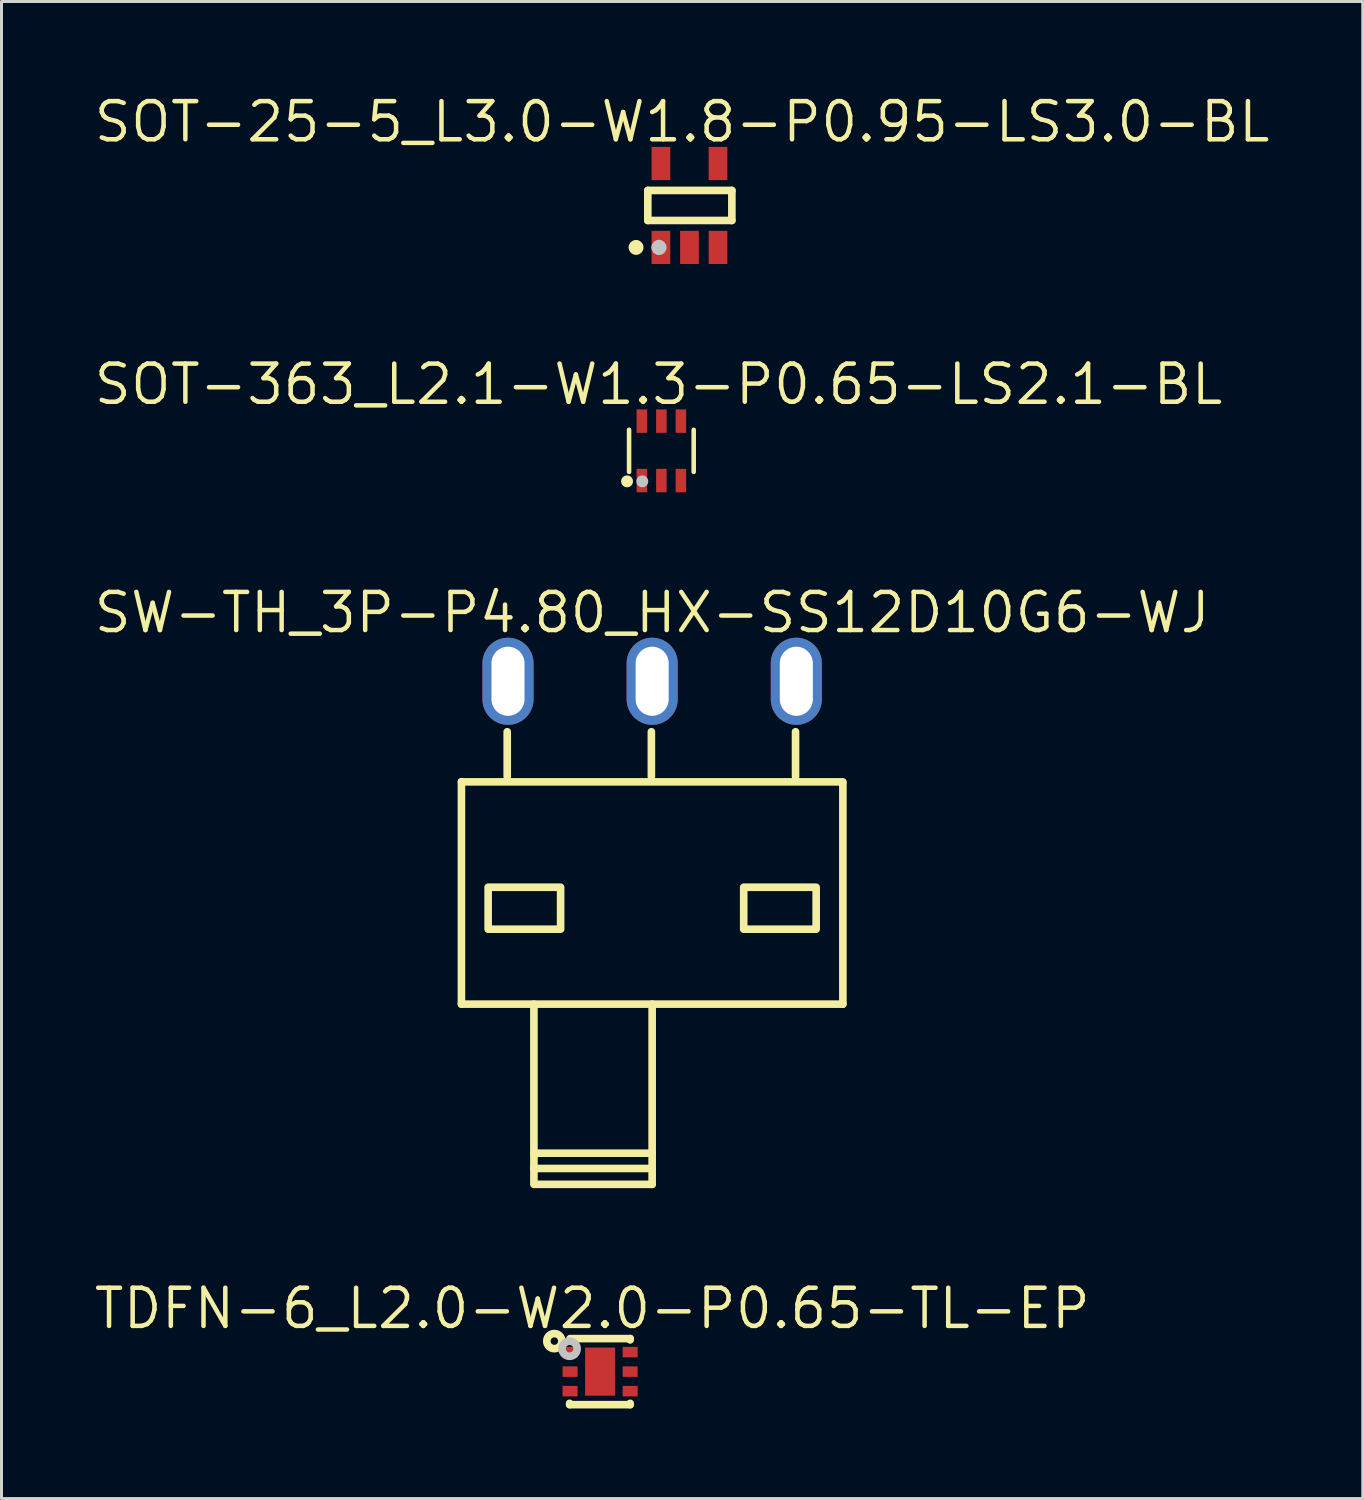
<source format=kicad_pcb>
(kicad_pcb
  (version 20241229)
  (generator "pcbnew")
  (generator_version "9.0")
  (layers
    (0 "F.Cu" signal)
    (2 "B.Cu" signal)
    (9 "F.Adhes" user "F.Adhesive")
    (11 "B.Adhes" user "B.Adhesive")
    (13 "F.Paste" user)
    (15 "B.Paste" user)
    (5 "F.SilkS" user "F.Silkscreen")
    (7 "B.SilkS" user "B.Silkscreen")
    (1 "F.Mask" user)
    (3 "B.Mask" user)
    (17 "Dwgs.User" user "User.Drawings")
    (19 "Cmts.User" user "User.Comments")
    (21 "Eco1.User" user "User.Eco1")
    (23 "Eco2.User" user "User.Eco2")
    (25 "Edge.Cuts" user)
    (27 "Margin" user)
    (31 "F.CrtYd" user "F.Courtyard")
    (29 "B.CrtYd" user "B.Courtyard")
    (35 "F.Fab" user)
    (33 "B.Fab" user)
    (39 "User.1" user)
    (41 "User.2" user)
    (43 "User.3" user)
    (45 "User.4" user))
  (footprint "SW-TH_3P-P4.80_HX-SS12D10G6-WJ"
    (layer "F.Cu")
    (at 18.664 19.633)
    (property "Reference" "SW-TH_3P-P4.80_HX-SS12D10G6-WJ" (at 0.0001 -2.285 0) (layer "F.SilkS") (effects (font (size 1.27 1.27) (thickness 0.15))))
    (fp_line (start -6.35 3.344) (end -6.35 10.75) (stroke (width 0.254) (type default)) (layer "F.SilkS"))
    (fp_line (start -6.35 10.75) (end 6.35 10.75) (stroke (width 0.254) (type default)) (layer "F.SilkS"))
    (fp_line (start -4.826 1.681) (end -4.826 3.175) (stroke (width 0.254) (type default)) (layer "F.SilkS"))
    (fp_line (start -3.937 10.75) (end -3.937 16.75) (stroke (width 0.254) (type default)) (layer "F.SilkS"))
    (fp_line (start -3.937 15.714) (end 0.0001 15.714) (stroke (width 0.254) (type default)) (layer "F.SilkS"))
    (fp_line (start -3.937 16.222) (end 0.0001 16.222) (stroke (width 0.254) (type default)) (layer "F.SilkS"))
    (fp_line (start -0.026 1.681) (end -0.026 3.175) (stroke (width 0.254) (type default)) (layer "F.SilkS"))
    (fp_line (start 0.0001 10.75) (end 0.0001 16.75) (stroke (width 0.254) (type default)) (layer "F.SilkS"))
    (fp_line (start 0.0001 16.75) (end -3.9 16.75) (stroke (width 0.254) (type default)) (layer "F.SilkS"))
    (fp_line (start 4.774 1.681) (end 4.774 3.175) (stroke (width 0.254) (type default)) (layer "F.SilkS"))
    (fp_line (start 6.35 3.35) (end -6.35 3.35) (stroke (width 0.254) (type default)) (layer "F.SilkS"))
    (fp_line (start 6.35 3.395) (end 6.35 10.75) (stroke (width 0.254) (type default)) (layer "F.SilkS"))
    (fp_rect (start -5.461 6.858) (end -3.048 8.255) (stroke (width 0.254) (type default)) (fill no) (layer "F.SilkS"))
    (fp_rect (start 3.048 6.858) (end 5.461 8.255) (stroke (width 0.254) (type default)) (fill no) (layer "F.SilkS"))
    (fp_circle (center -6.35 10.75) (end -6.32 10.75) (stroke (width 0.06) (type default)) (fill no) (layer "User.5"))
    (pad "1" thru_hole oval (at -4.8 0) (size 1.7 2.9) (drill oval 1.1 2.3) (layers "*.Cu" "*.Mask"))
    (pad "2" thru_hole oval (at 0.0001 0) (size 1.7 2.9) (drill oval 1.1 2.3) (layers "*.Cu" "*.Mask"))
    (pad "3" thru_hole oval (at 4.8 0) (size 1.7 2.9) (drill oval 1.1 2.3) (layers "*.Cu" "*.Mask"))
    (zone (net_name "") (layer "Dwgs.User") (hatch edge 0.5) (priority 100) (connect_pads yes) (min_thickness 0) (filled_areas_thickness no) (fill yes) (polygon (pts (xy 14.864 30.433) (xy 14.864 36.333) (xy 18.564 36.333) (xy 18.564 30.433))) (filled_polygon (layer "Dwgs.User") (island) (pts (xy 14.864 30.433) (xy 14.864 36.333) (xy 18.564 36.333) (xy 18.564 30.433))))
    (zone (net_name "") (layer "User.3") (hatch edge 0.5) (priority 100) (connect_pads yes) (min_thickness 0) (filled_areas_thickness no) (fill yes) (polygon (pts (xy 12.314 30.383) (xy 12.314 23.983) (xy 25.014 23.983) (xy 25.014 30.383))) (filled_polygon (layer "User.3") (island) (pts (xy 12.314 30.383) (xy 12.314 23.983) (xy 25.014 23.983) (xy 25.014 30.383))))
    (zone (net_name "") (layer "User.4") (hatch edge 0.5) (priority 100) (connect_pads yes) (min_thickness 0) (filled_areas_thickness no) (fill yes) (polygon (pts (xy 13.464 18.983) (xy 14.264 18.983) (xy 14.264 20.283) (xy 13.464 20.283))) (filled_polygon (layer "User.4") (island) (pts (xy 13.464 18.983) (xy 14.264 18.983) (xy 14.264 20.283) (xy 13.464 20.283))))
    (zone (net_name "") (layer "User.4") (hatch edge 0.5) (priority 100) (connect_pads) (min_thickness 0) (filled_areas_thickness no) (keepout (tracks allowed) (vias allowed) (pads allowed) (copperpour not_allowed) (footprints allowed)) (placement (enabled no)) (fill) (polygon (pts (xy 13.464 18.983) (xy 14.264 18.983) (xy 14.264 23.993) (xy 13.464 23.993))))
    (zone (net_name "") (layer "User.4") (hatch edge 0.5) (priority 100) (connect_pads) (min_thickness 0) (filled_areas_thickness no) (keepout (tracks allowed) (vias allowed) (pads allowed) (copperpour not_allowed) (footprints allowed)) (placement (enabled no)) (fill) (polygon (pts (xy 18.264 18.983) (xy 19.064 18.983) (xy 19.064 23.993) (xy 18.264 23.993))))
    (zone (net_name "") (layer "User.4") (hatch edge 0.5) (priority 100) (connect_pads yes) (min_thickness 0) (filled_areas_thickness no) (fill yes) (polygon (pts (xy 18.264 18.983) (xy 19.064 18.983) (xy 19.064 20.283) (xy 18.264 20.283))) (filled_polygon (layer "User.4") (island) (pts (xy 18.264 18.983) (xy 19.064 18.983) (xy 19.064 20.283) (xy 18.264 20.283))))
    (zone (net_name "") (layer "User.4") (hatch edge 0.5) (priority 100) (connect_pads yes) (min_thickness 0) (filled_areas_thickness no) (fill yes) (polygon (pts (xy 23.064 18.983) (xy 23.864 18.983) (xy 23.864 20.283) (xy 23.064 20.283))) (filled_polygon (layer "User.4") (island) (pts (xy 23.064 18.983) (xy 23.864 18.983) (xy 23.864 20.283) (xy 23.064 20.283))))
    (zone (net_name "") (layer "User.4") (hatch edge 0.5) (priority 100) (connect_pads) (min_thickness 0) (filled_areas_thickness no) (keepout (tracks allowed) (vias allowed) (pads allowed) (copperpour not_allowed) (footprints allowed)) (placement (enabled no)) (fill) (polygon (pts (xy 23.064 18.983) (xy 23.864 18.983) (xy 23.864 23.993) (xy 23.064 23.993)))))
  (footprint "SOT-363_L2.1-W1.3-P0.65-LS2.1-BL"
    (layer "F.Cu")
    (at 18.971 11.961)
    (property "Reference" "SOT-363_L2.1-W1.3-P0.65-LS2.1-BL" (at -0.095 -2.215 0) (layer "F.SilkS") (effects (font (size 1.27 1.27) (thickness 0.15))))
    (fp_line (start -1.076 0.701) (end -1.076 -0.701) (stroke (width 0.152) (type default)) (layer "F.SilkS"))
    (fp_line (start 1.076 0.701) (end 1.076 -0.701) (stroke (width 0.152) (type default)) (layer "F.SilkS"))
    (fp_circle (center -1.143 1.016) (end -1.043 1.016) (stroke (width 0.2) (type default)) (fill no) (layer "F.SilkS"))
    (fp_circle (center -0.635 1.016) (end -0.535 1.016) (stroke (width 0.2) (type default)) (fill no) (layer "Dwgs.User"))
    (fp_circle (center -1.025 1.05) (end -0.995 1.05) (stroke (width 0.06) (type default)) (fill no) (layer "User.5"))
    (pad "1" smd rect (at -0.65 0.99) (size 0.35 0.78) (layers "F.Cu" "F.Mask" "F.Paste"))
    (pad "2" smd rect (at 0 0.99) (size 0.35 0.78) (layers "F.Cu" "F.Mask" "F.Paste"))
    (pad "3" smd rect (at 0.65 0.99) (size 0.35 0.78) (layers "F.Cu" "F.Mask" "F.Paste"))
    (pad "4" smd rect (at 0.65 -0.99) (size 0.35 0.78) (layers "F.Cu" "F.Mask" "F.Paste"))
    (pad "5" smd rect (at 0 -0.99) (size 0.35 0.78) (layers "F.Cu" "F.Mask" "F.Paste"))
    (pad "6" smd rect (at -0.65 -0.99) (size 0.35 0.78) (layers "F.Cu" "F.Mask" "F.Paste"))
    (zone (net_name "") (layer "User.3") (hatch edge 0.5) (priority 100) (connect_pads yes) (min_thickness 0) (filled_areas_thickness no) (fill yes) (polygon (pts (xy 17.946 11.336) (xy 19.996 11.336) (xy 19.996 12.586) (xy 17.946 12.586))) (filled_polygon (layer "User.3") (island) (pts (xy 17.946 11.336) (xy 19.996 11.336) (xy 19.996 12.586) (xy 17.946 12.586))))
    (zone (net_name "") (layer "User.4") (hatch edge 0.5) (priority 100) (connect_pads) (min_thickness 0) (filled_areas_thickness no) (keepout (tracks allowed) (vias allowed) (pads allowed) (copperpour not_allowed) (footprints allowed)) (placement (enabled no)) (fill) (polygon (pts (xy 18.196 11.201) (xy 18.446 11.201) (xy 18.446 11.346) (xy 18.196 11.346))))
    (zone (net_name "") (layer "User.4") (hatch edge 0.5) (priority 100) (connect_pads yes) (min_thickness 0) (filled_areas_thickness no) (fill yes) (polygon (pts (xy 18.196 11.211) (xy 18.446 11.211) (xy 18.446 10.911) (xy 18.196 10.911))) (filled_polygon (layer "User.4") (island) (pts (xy 18.196 11.211) (xy 18.446 11.211) (xy 18.446 10.911) (xy 18.196 10.911))))
    (zone (net_name "") (layer "User.4") (hatch edge 0.5) (priority 100) (connect_pads) (min_thickness 0) (filled_areas_thickness no) (keepout (tracks allowed) (vias allowed) (pads allowed) (copperpour not_allowed) (footprints allowed)) (placement (enabled no)) (fill) (polygon (pts (xy 18.196 12.576) (xy 18.446 12.576) (xy 18.446 12.721) (xy 18.196 12.721))))
    (zone (net_name "") (layer "User.4") (hatch edge 0.5) (priority 100) (connect_pads yes) (min_thickness 0) (filled_areas_thickness no) (fill yes) (polygon (pts (xy 18.196 12.711) (xy 18.446 12.711) (xy 18.446 13.011) (xy 18.196 13.011))) (filled_polygon (layer "User.4") (island) (pts (xy 18.196 12.711) (xy 18.446 12.711) (xy 18.446 13.011) (xy 18.196 13.011))))
    (zone (net_name "") (layer "User.4") (hatch edge 0.5) (priority 100) (connect_pads) (min_thickness 0) (filled_areas_thickness no) (keepout (tracks allowed) (vias allowed) (pads allowed) (copperpour not_allowed) (footprints allowed)) (placement (enabled no)) (fill) (polygon (pts (xy 18.846 11.201) (xy 19.096 11.201) (xy 19.096 11.346) (xy 18.846 11.346))))
    (zone (net_name "") (layer "User.4") (hatch edge 0.5) (priority 100) (connect_pads yes) (min_thickness 0) (filled_areas_thickness no) (fill yes) (polygon (pts (xy 18.846 11.211) (xy 19.096 11.211) (xy 19.096 10.911) (xy 18.846 10.911))) (filled_polygon (layer "User.4") (island) (pts (xy 18.846 11.211) (xy 19.096 11.211) (xy 19.096 10.911) (xy 18.846 10.911))))
    (zone (net_name "") (layer "User.4") (hatch edge 0.5) (priority 100) (connect_pads) (min_thickness 0) (filled_areas_thickness no) (keepout (tracks allowed) (vias allowed) (pads allowed) (copperpour not_allowed) (footprints allowed)) (placement (enabled no)) (fill) (polygon (pts (xy 18.846 12.576) (xy 19.096 12.576) (xy 19.096 12.721) (xy 18.846 12.721))))
    (zone (net_name "") (layer "User.4") (hatch edge 0.5) (priority 100) (connect_pads yes) (min_thickness 0) (filled_areas_thickness no) (fill yes) (polygon (pts (xy 18.846 12.711) (xy 19.096 12.711) (xy 19.096 13.011) (xy 18.846 13.011))) (filled_polygon (layer "User.4") (island) (pts (xy 18.846 12.711) (xy 19.096 12.711) (xy 19.096 13.011) (xy 18.846 13.011))))
    (zone (net_name "") (layer "User.4") (hatch edge 0.5) (priority 100) (connect_pads) (min_thickness 0) (filled_areas_thickness no) (keepout (tracks allowed) (vias allowed) (pads allowed) (copperpour not_allowed) (footprints allowed)) (placement (enabled no)) (fill) (polygon (pts (xy 19.496 11.201) (xy 19.746 11.201) (xy 19.746 11.346) (xy 19.496 11.346))))
    (zone (net_name "") (layer "User.4") (hatch edge 0.5) (priority 100) (connect_pads yes) (min_thickness 0) (filled_areas_thickness no) (fill yes) (polygon (pts (xy 19.496 11.211) (xy 19.746 11.211) (xy 19.746 10.911) (xy 19.496 10.911))) (filled_polygon (layer "User.4") (island) (pts (xy 19.496 11.211) (xy 19.746 11.211) (xy 19.746 10.911) (xy 19.496 10.911))))
    (zone (net_name "") (layer "User.4") (hatch edge 0.5) (priority 100) (connect_pads) (min_thickness 0) (filled_areas_thickness no) (keepout (tracks allowed) (vias allowed) (pads allowed) (copperpour not_allowed) (footprints allowed)) (placement (enabled no)) (fill) (polygon (pts (xy 19.496 12.576) (xy 19.746 12.576) (xy 19.746 12.721) (xy 19.496 12.721))))
    (zone (net_name "") (layer "User.4") (hatch edge 0.5) (priority 100) (connect_pads yes) (min_thickness 0) (filled_areas_thickness no) (fill yes) (polygon (pts (xy 19.496 12.711) (xy 19.746 12.711) (xy 19.746 13.011) (xy 19.496 13.011))) (filled_polygon (layer "User.4") (island) (pts (xy 19.496 12.711) (xy 19.746 12.711) (xy 19.746 13.011) (xy 19.496 13.011)))))
  (footprint "TDFN-6_L2.0-W2.0-P0.65-TL-EP"
    (layer "F.Cu")
    (at 16.931 42.619)
    (property "Reference" "TDFN-6_L2.0-W2.0-P0.65-TL-EP" (at -0.263 -2.103 0) (layer "F.SilkS") (effects (font (size 1.27 1.27) (thickness 0.15))))
    (fp_line (start -1.016 1.056) (end -1.016 1.1) (stroke (width 0.254) (type default)) (layer "F.SilkS"))
    (fp_line (start -1 -1.1) (end 1 -1.1) (stroke (width 0.254) (type default)) (layer "F.SilkS"))
    (fp_line (start -1 1.1) (end 1 1.1) (stroke (width 0.254) (type default)) (layer "F.SilkS"))
    (fp_line (start 1 -1.1) (end 1 -1.056) (stroke (width 0.254) (type default)) (layer "F.SilkS"))
    (fp_line (start 1 1.056) (end 1 1.1) (stroke (width 0.254) (type default)) (layer "F.SilkS"))
    (fp_circle (center -1.524 -1.016) (end -1.399 -1.016) (stroke (width 0.254) (type default)) (fill no) (layer "F.SilkS"))
    (fp_circle (center -1.016 -0.762) (end -0.891 -0.762) (stroke (width 0.254) (type default)) (fill no) (layer "Dwgs.User"))
    (fp_circle (center -1 -1) (end -0.97 -1) (stroke (width 0.06) (type default)) (fill no) (layer "User.5"))
    (pad "1" smd rect (at -1 -0.65 90) (size 0.35 0.5) (layers "F.Cu" "F.Mask" "F.Paste"))
    (pad "2" smd rect (at -1 0 90) (size 0.35 0.5) (layers "F.Cu" "F.Mask" "F.Paste"))
    (pad "3" smd rect (at -1 0.65 90) (size 0.35 0.5) (layers "F.Cu" "F.Mask" "F.Paste"))
    (pad "4" smd rect (at 1 0.65 90) (size 0.35 0.5) (layers "F.Cu" "F.Mask" "F.Paste"))
    (pad "5" smd rect (at 1 0 90) (size 0.35 0.5) (layers "F.Cu" "F.Mask" "F.Paste"))
    (pad "6" smd rect (at 1 -0.65 90) (size 0.35 0.5) (layers "F.Cu" "F.Mask" "F.Paste"))
    (pad "7" smd rect (at 0.0001 0 180) (size 1 1.6) (layers "F.Cu" "F.Mask" "F.Paste"))
    (zone (net_name "") (layer "User.3") (hatch edge 0.5) (priority 100) (connect_pads yes) (min_thickness 0) (filled_areas_thickness no) (fill yes) (polygon (pts (xy 15.931 41.619) (xy 17.931 41.619) (xy 17.931 43.619) (xy 15.931 43.619))) (filled_polygon (layer "User.3") (island) (pts (xy 15.931 41.619) (xy 17.931 41.619) (xy 17.931 43.619) (xy 15.931 43.619))))
    (zone (net_name "") (layer "User.4") (hatch edge 0.5) (priority 100) (connect_pads yes) (min_thickness 0) (filled_areas_thickness no) (fill yes) (polygon (pts (xy 16.231 41.819) (xy 16.231 42.119) (xy 15.931 42.119) (xy 15.931 41.819))) (filled_polygon (layer "User.4") (island) (pts (xy 16.231 41.819) (xy 16.231 42.119) (xy 15.931 42.119) (xy 15.931 41.819))))
    (zone (net_name "") (layer "User.4") (hatch edge 0.5) (priority 100) (connect_pads yes) (min_thickness 0) (filled_areas_thickness no) (fill yes) (polygon (pts (xy 16.231 42.469) (xy 16.231 42.769) (xy 15.931 42.769) (xy 15.931 42.469))) (filled_polygon (layer "User.4") (island) (pts (xy 16.231 42.469) (xy 16.231 42.769) (xy 15.931 42.769) (xy 15.931 42.469))))
    (zone (net_name "") (layer "User.4") (hatch edge 0.5) (priority 100) (connect_pads yes) (min_thickness 0) (filled_areas_thickness no) (fill yes) (polygon (pts (xy 16.231 43.119) (xy 16.231 43.419) (xy 15.931 43.419) (xy 15.931 43.119))) (filled_polygon (layer "User.4") (island) (pts (xy 16.231 43.119) (xy 16.231 43.419) (xy 15.931 43.419) (xy 15.931 43.119))))
    (zone (net_name "") (layer "User.4") (hatch edge 0.5) (priority 100) (connect_pads yes) (min_thickness 0) (filled_areas_thickness no) (fill yes) (polygon (pts (xy 17.431 43.419) (xy 16.431 43.419) (xy 16.431 41.819) (xy 17.431 41.819))) (filled_polygon (layer "User.4") (island) (pts (xy 17.431 43.419) (xy 16.431 43.419) (xy 16.431 41.819) (xy 17.431 41.819))))
    (zone (net_name "") (layer "User.4") (hatch edge 0.5) (priority 100) (connect_pads yes) (min_thickness 0) (filled_areas_thickness no) (fill yes) (polygon (pts (xy 17.931 41.819) (xy 17.931 42.119) (xy 17.631 42.119) (xy 17.631 41.819))) (filled_polygon (layer "User.4") (island) (pts (xy 17.931 41.819) (xy 17.931 42.119) (xy 17.631 42.119) (xy 17.631 41.819))))
    (zone (net_name "") (layer "User.4") (hatch edge 0.5) (priority 100) (connect_pads yes) (min_thickness 0) (filled_areas_thickness no) (fill yes) (polygon (pts (xy 17.931 42.469) (xy 17.931 42.769) (xy 17.631 42.769) (xy 17.631 42.469))) (filled_polygon (layer "User.4") (island) (pts (xy 17.931 42.469) (xy 17.931 42.769) (xy 17.631 42.769) (xy 17.631 42.469))))
    (zone (net_name "") (layer "User.4") (hatch edge 0.5) (priority 100) (connect_pads yes) (min_thickness 0) (filled_areas_thickness no) (fill yes) (polygon (pts (xy 17.931 43.119) (xy 17.931 43.419) (xy 17.631 43.419) (xy 17.631 43.119))) (filled_polygon (layer "User.4") (island) (pts (xy 17.931 43.119) (xy 17.931 43.419) (xy 17.631 43.419) (xy 17.631 43.119)))))
  (footprint "SOT-25-5_L3.0-W1.8-P0.95-LS3.0-BL"
    (layer "F.Cu")
    (at 19.906 3.791)
    (property "Reference" "SOT-25-5_L3.0-W1.8-P0.95-LS3.0-BL" (at -0.244 -2.784 0) (layer "F.SilkS") (effects (font (size 1.27 1.27) (thickness 0.15))))
    (fp_line (start -1.387 -0.5) (end 1.412 -0.5) (stroke (width 0.254) (type default)) (layer "F.SilkS"))
    (fp_line (start -1.387 0.5) (end -1.387 -0.5) (stroke (width 0.254) (type default)) (layer "F.SilkS"))
    (fp_line (start 1.412 -0.5) (end 1.412 0.5) (stroke (width 0.254) (type default)) (layer "F.SilkS"))
    (fp_line (start 1.412 0.5) (end -1.387 0.5) (stroke (width 0.254) (type default)) (layer "F.SilkS"))
    (fp_arc (start -1.7793 1.5215) (mid -1.77795 1.272493) (end -1.7768 1.5215) (stroke (width 0.2489) (type default)) (layer "F.SilkS"))
    (fp_circle (center -1.016 1.397) (end -0.889 1.397) (stroke (width 0.254) (type default)) (fill no) (layer "Dwgs.User"))
    (fp_circle (center -1.5 1.4) (end -1.47 1.4) (stroke (width 0.06) (type default)) (fill no) (layer "User.5"))
    (pad "1" smd rect (at -0.95 1.397) (size 0.622 1.105) (layers "F.Cu" "F.Mask" "F.Paste"))
    (pad "2" smd rect (at 0 1.397) (size 0.622 1.105) (layers "F.Cu" "F.Mask" "F.Paste"))
    (pad "3" smd rect (at 0.95 1.397) (size 0.622 1.105) (layers "F.Cu" "F.Mask" "F.Paste"))
    (pad "4" smd rect (at 0.95 -1.397) (size 0.622 1.105) (layers "F.Cu" "F.Mask" "F.Paste"))
    (pad "5" smd rect (at -0.95 -1.397) (size 0.622 1.105) (layers "F.Cu" "F.Mask" "F.Paste"))
    (zone (net_name "") (layer "User.3") (hatch edge 0.5) (priority 100) (connect_pads yes) (min_thickness 0) (filled_areas_thickness no) (fill yes) (polygon (pts (xy 18.406 4.691) (xy 18.406 2.891) (xy 21.406 2.891) (xy 21.406 4.691))) (filled_polygon (layer "User.3") (island) (pts (xy 18.406 4.691) (xy 18.406 2.891) (xy 21.406 2.891) (xy 21.406 4.691))))
    (zone (net_name "") (layer "User.4") (hatch edge 0.5) (priority 100) (connect_pads) (min_thickness 0) (filled_areas_thickness no) (keepout (tracks allowed) (vias allowed) (pads allowed) (copperpour not_allowed) (footprints allowed)) (placement (enabled no)) (fill) (polygon (pts (xy 18.753 5.001) (xy 18.753 4.381) (xy 19.153 4.381) (xy 19.153 5.001))))
    (zone (net_name "") (layer "User.4") (hatch edge 0.5) (priority 100) (connect_pads yes) (min_thickness 0) (filled_areas_thickness no) (fill yes) (polygon (pts (xy 18.753 5.191) (xy 18.753 4.991) (xy 19.153 4.991) (xy 19.153 5.191))) (filled_polygon (layer "User.4") (island) (pts (xy 18.753 5.191) (xy 18.753 4.991) (xy 19.153 4.991) (xy 19.153 5.191))))
    (zone (net_name "") (layer "User.4") (hatch edge 0.5) (priority 100) (connect_pads yes) (min_thickness 0) (filled_areas_thickness no) (fill yes) (polygon (pts (xy 18.779 2.591) (xy 18.779 2.391) (xy 19.179 2.391) (xy 19.179 2.591))) (filled_polygon (layer "User.4") (island) (pts (xy 18.779 2.591) (xy 18.779 2.391) (xy 19.179 2.391) (xy 19.179 2.591))))
    (zone (net_name "") (layer "User.4") (hatch edge 0.5) (priority 100) (connect_pads) (min_thickness 0) (filled_areas_thickness no) (keepout (tracks allowed) (vias allowed) (pads allowed) (copperpour not_allowed) (footprints allowed)) (placement (enabled no)) (fill) (polygon (pts (xy 18.779 3.201) (xy 18.779 2.581) (xy 19.179 2.581) (xy 19.179 3.201))))
    (zone (net_name "") (layer "User.4") (hatch edge 0.5) (priority 100) (connect_pads) (min_thickness 0) (filled_areas_thickness no) (keepout (tracks allowed) (vias allowed) (pads allowed) (copperpour not_allowed) (footprints allowed)) (placement (enabled no)) (fill) (polygon (pts (xy 19.719 5.001) (xy 19.719 4.381) (xy 20.119 4.381) (xy 20.119 5.001))))
    (zone (net_name "") (layer "User.4") (hatch edge 0.5) (priority 100) (connect_pads yes) (min_thickness 0) (filled_areas_thickness no) (fill yes) (polygon (pts (xy 19.719 5.191) (xy 19.719 4.991) (xy 20.119 4.991) (xy 20.119 5.191))) (filled_polygon (layer "User.4") (island) (pts (xy 19.719 5.191) (xy 19.719 4.991) (xy 20.119 4.991) (xy 20.119 5.191))))
    (zone (net_name "") (layer "User.4") (hatch edge 0.5) (priority 100) (connect_pads yes) (min_thickness 0) (filled_areas_thickness no) (fill yes) (polygon (pts (xy 20.658 2.591) (xy 20.658 2.391) (xy 21.058 2.391) (xy 21.058 2.591))) (filled_polygon (layer "User.4") (island) (pts (xy 20.658 2.591) (xy 20.658 2.391) (xy 21.058 2.391) (xy 21.058 2.591))))
    (zone (net_name "") (layer "User.4") (hatch edge 0.5) (priority 100) (connect_pads) (min_thickness 0) (filled_areas_thickness no) (keepout (tracks allowed) (vias allowed) (pads allowed) (copperpour not_allowed) (footprints allowed)) (placement (enabled no)) (fill) (polygon (pts (xy 20.658 3.201) (xy 20.658 2.581) (xy 21.058 2.581) (xy 21.058 3.201))))
    (zone (net_name "") (layer "User.4") (hatch edge 0.5) (priority 100) (connect_pads) (min_thickness 0) (filled_areas_thickness no) (keepout (tracks allowed) (vias allowed) (pads allowed) (copperpour not_allowed) (footprints allowed)) (placement (enabled no)) (fill) (polygon (pts (xy 20.658 5.001) (xy 20.658 4.381) (xy 21.058 4.381) (xy 21.058 5.001))))
    (zone (net_name "") (layer "User.4") (hatch edge 0.5) (priority 100) (connect_pads yes) (min_thickness 0) (filled_areas_thickness no) (fill yes) (polygon (pts (xy 20.658 5.191) (xy 20.658 4.991) (xy 21.058 4.991) (xy 21.058 5.191))) (filled_polygon (layer "User.4") (island) (pts (xy 20.658 5.191) (xy 20.658 4.991) (xy 21.058 4.991) (xy 21.058 5.191)))))
  (gr_rect
    (start -3 -3)
    (end 42.324 46.846)
    (stroke (width 0.1) (type default))
    (fill no)
    (layer "Edge.Cuts")))
</source>
